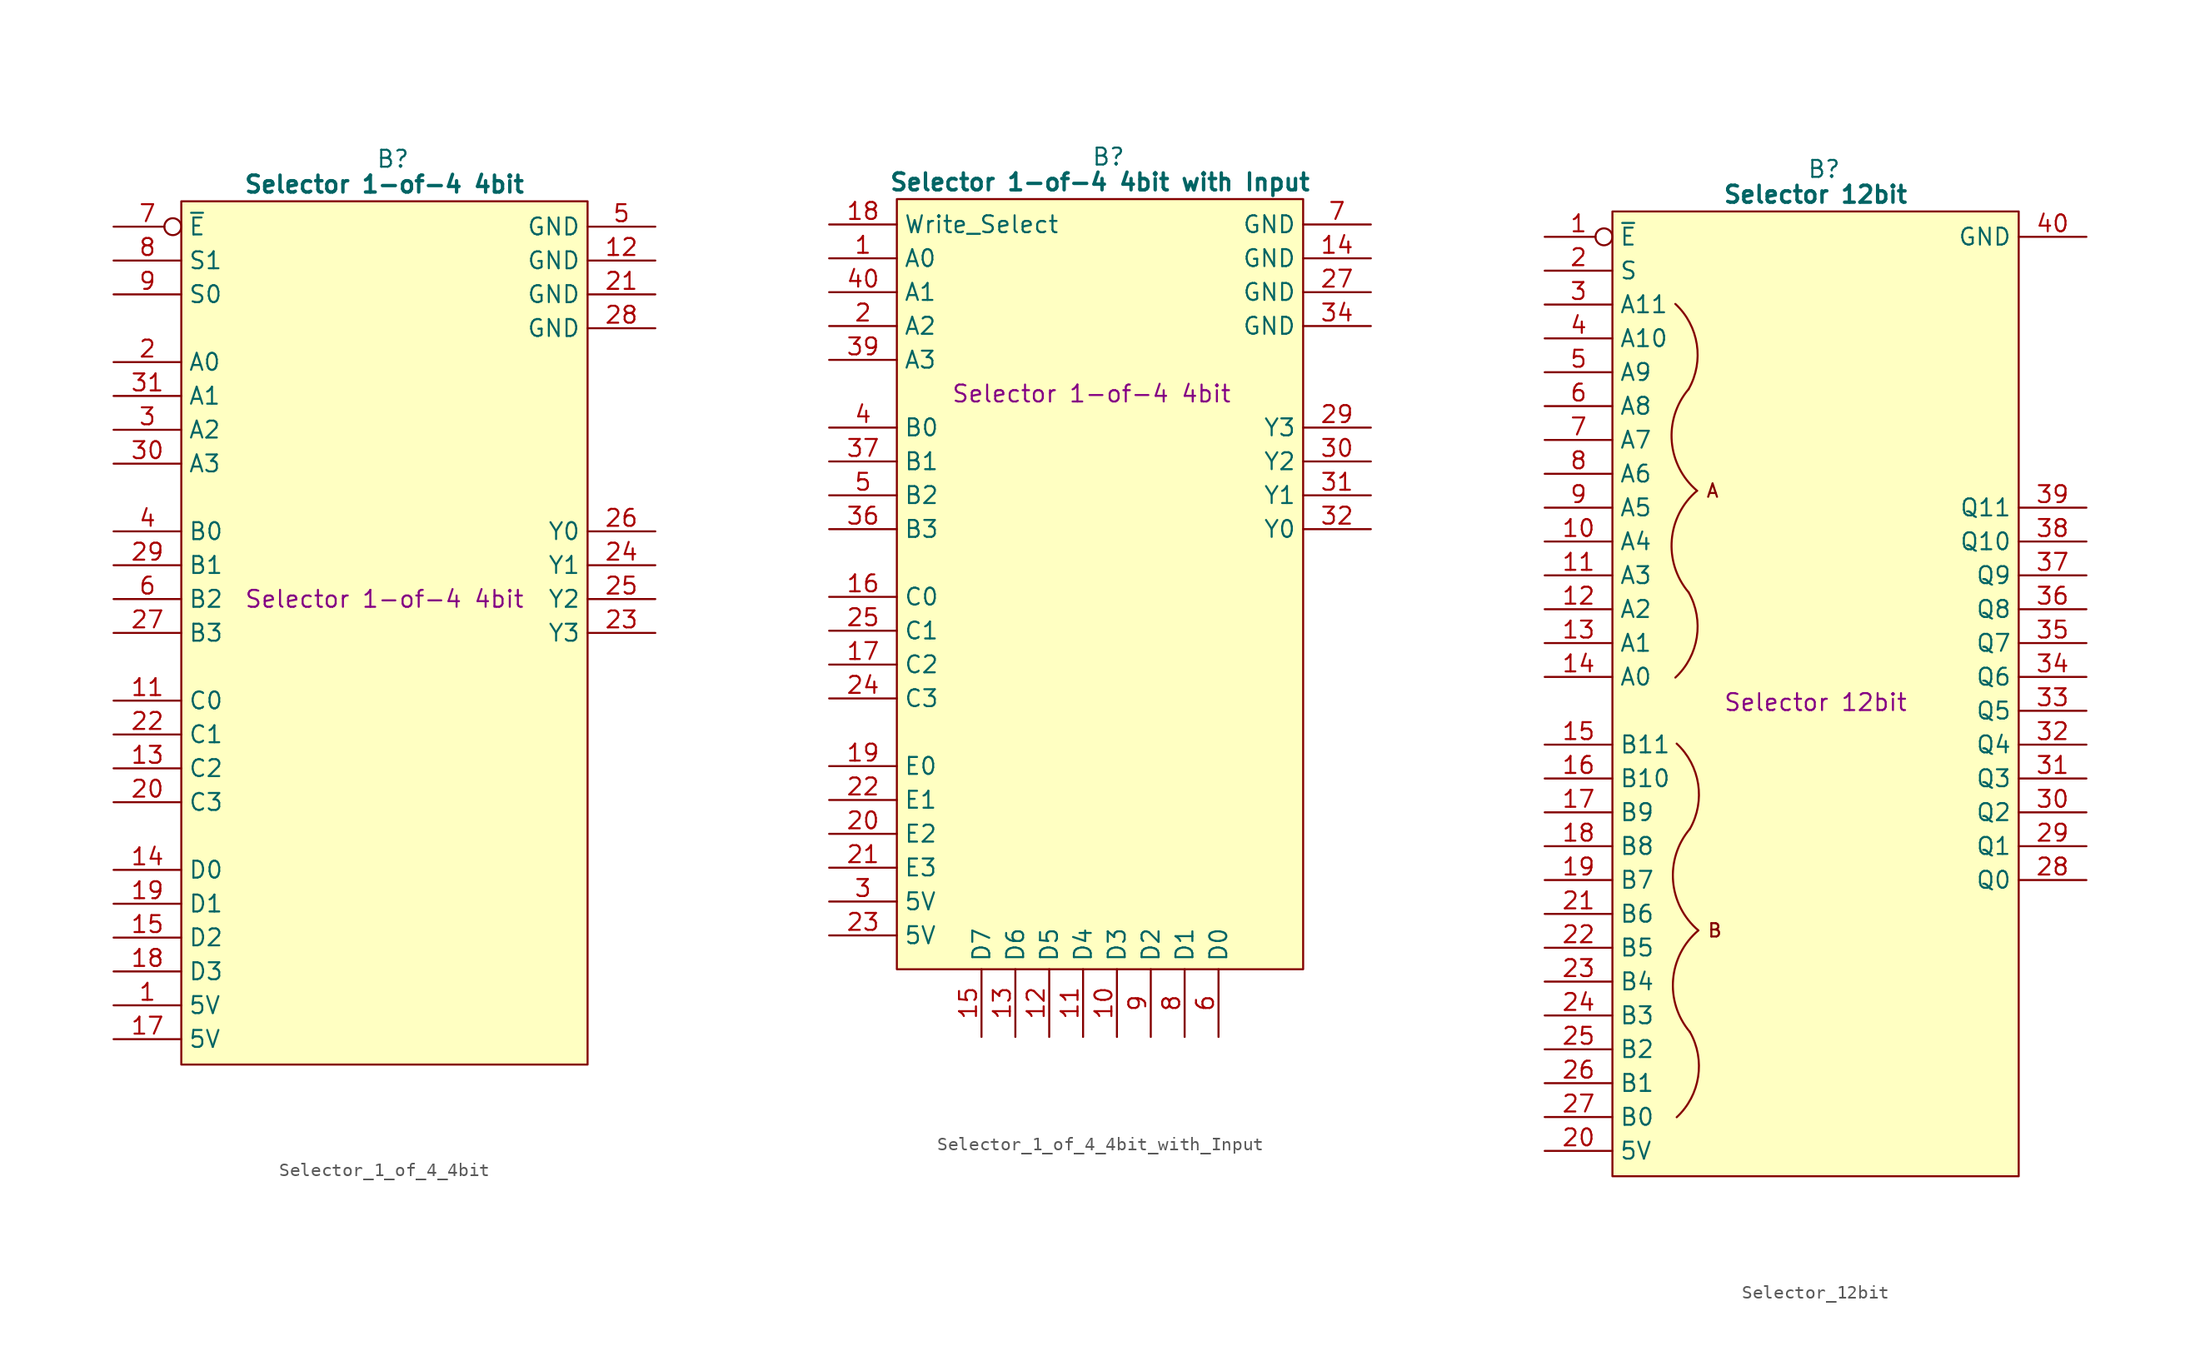
<source format=kicad_sym>
(kicad_symbol_lib
  (version 20241209)
  (generator "kicad_symbol_editor")
  (generator_version "9.0")
  (symbol "Selector_1_of_4_4bit"
    (property "Reference" "B"
      (at 15.875 5.08 0)
      (effects (font (size 1.27 1.27))))
    (property "Value" "Selector 1-of-4 4bit"
      (at 15.24 3.175 0)
      (effects (font (size 1.27 1.27) (bold yes))))
    (property "Description" "Selector 1-of-4 4bit"
      (at 15.24 -27.94 0)
      (effects (font (size 1.27 1.27))))
    (symbol "Selector_1_of_4_4bit_0_1"
      (polyline (pts (xy 0 1.905) (xy 30.48 1.905) (xy 30.48 -62.865) (xy 0 -62.865) (xy 0 1.905)) (stroke (width 0.152) (type default)) (fill (type background))))
    (symbol "Selector_1_of_4_4bit_1_0"
      (pin no_connect line (at 35.56 -60.96 180) (length 5.08) (hide yes) (name "N.C." (effects (font (size 1.27 1.27)))) (number "32" (effects (font (size 1.27 1.27))))))
    (symbol "Selector_1_of_4_4bit_1_1"
      (pin input inverted (at -5.08 0 0) (length 5.08) (name "~{E}" (effects (font (size 1.27 1.27)))) (number "7" (effects (font (size 1.27 1.27)))))
      (pin input line (at -5.08 -2.54 0) (length 5.08) (name "S1" (effects (font (size 1.27 1.27)))) (number "8" (effects (font (size 1.27 1.27)))))
      (pin input line (at -5.08 -5.08 0) (length 5.08) (name "S0" (effects (font (size 1.27 1.27)))) (number "9" (effects (font (size 1.27 1.27)))))
      (pin input line (at -5.08 -10.16 0) (length 5.08) (name "A0" (effects (font (size 1.27 1.27)))) (number "2" (effects (font (size 1.27 1.27)))))
      (pin input line (at -5.08 -12.7 0) (length 5.08) (name "A1" (effects (font (size 1.27 1.27)))) (number "31" (effects (font (size 1.27 1.27)))))
      (pin input line (at -5.08 -15.24 0) (length 5.08) (name "A2" (effects (font (size 1.27 1.27)))) (number "3" (effects (font (size 1.27 1.27)))))
      (pin input line (at -5.08 -17.78 0) (length 5.08) (name "A3" (effects (font (size 1.27 1.27)))) (number "30" (effects (font (size 1.27 1.27)))))
      (pin input line (at -5.08 -22.86 0) (length 5.08) (name "B0" (effects (font (size 1.27 1.27)))) (number "4" (effects (font (size 1.27 1.27)))))
      (pin input line (at -5.08 -25.4 0) (length 5.08) (name "B1" (effects (font (size 1.27 1.27)))) (number "29" (effects (font (size 1.27 1.27)))))
      (pin input line (at -5.08 -27.94 0) (length 5.08) (name "B2" (effects (font (size 1.27 1.27)))) (number "6" (effects (font (size 1.27 1.27)))))
      (pin input line (at -5.08 -30.48 0) (length 5.08) (name "B3" (effects (font (size 1.27 1.27)))) (number "27" (effects (font (size 1.27 1.27)))))
      (pin input line (at -5.08 -35.56 0) (length 5.08) (name "C0" (effects (font (size 1.27 1.27)))) (number "11" (effects (font (size 1.27 1.27)))))
      (pin input line (at -5.08 -38.1 0) (length 5.08) (name "C1" (effects (font (size 1.27 1.27)))) (number "22" (effects (font (size 1.27 1.27)))))
      (pin input line (at -5.08 -40.64 0) (length 5.08) (name "C2" (effects (font (size 1.27 1.27)))) (number "13" (effects (font (size 1.27 1.27)))))
      (pin input line (at -5.08 -43.18 0) (length 5.08) (name "C3" (effects (font (size 1.27 1.27)))) (number "20" (effects (font (size 1.27 1.27)))))
      (pin input line (at -5.08 -48.26 0) (length 5.08) (name "D0" (effects (font (size 1.27 1.27)))) (number "14" (effects (font (size 1.27 1.27)))))
      (pin input line (at -5.08 -50.8 0) (length 5.08) (name "D1" (effects (font (size 1.27 1.27)))) (number "19" (effects (font (size 1.27 1.27)))))
      (pin input line (at -5.08 -53.34 0) (length 5.08) (name "D2" (effects (font (size 1.27 1.27)))) (number "15" (effects (font (size 1.27 1.27)))))
      (pin input line (at -5.08 -55.88 0) (length 5.08) (name "D3" (effects (font (size 1.27 1.27)))) (number "18" (effects (font (size 1.27 1.27)))))
      (pin passive line (at -5.08 -58.42 0) (length 5.08) (name "5V" (effects (font (size 1.27 1.27)))) (number "1" (effects (font (size 1.27 1.27)))))
      (pin passive line (at -5.08 -60.96 0) (length 5.08) (name "5V" (effects (font (size 1.27 1.27)))) (number "17" (effects (font (size 1.27 1.27)))))
      (pin passive line (at 35.56 0 180) (length 5.08) (name "GND" (effects (font (size 1.27 1.27)))) (number "5" (effects (font (size 1.27 1.27)))))
      (pin passive line (at 35.56 -2.54 180) (length 5.08) (name "GND" (effects (font (size 1.27 1.27)))) (number "12" (effects (font (size 1.27 1.27)))))
      (pin passive line (at 35.56 -5.08 180) (length 5.08) (name "GND" (effects (font (size 1.27 1.27)))) (number "21" (effects (font (size 1.27 1.27)))))
      (pin passive line (at 35.56 -7.62 180) (length 5.08) (name "GND" (effects (font (size 1.27 1.27)))) (number "28" (effects (font (size 1.27 1.27)))))
      (pin output line (at 35.56 -22.86 180) (length 5.08) (name "Y0" (effects (font (size 1.27 1.27)))) (number "26" (effects (font (size 1.27 1.27)))))
      (pin output line (at 35.56 -25.4 180) (length 5.08) (name "Y1" (effects (font (size 1.27 1.27)))) (number "24" (effects (font (size 1.27 1.27)))))
      (pin output line (at 35.56 -27.94 180) (length 5.08) (name "Y2" (effects (font (size 1.27 1.27)))) (number "25" (effects (font (size 1.27 1.27)))))
      (pin output line (at 35.56 -30.48 180) (length 5.08) (name "Y3" (effects (font (size 1.27 1.27)))) (number "23" (effects (font (size 1.27 1.27)))))
      (pin no_connect line (at 35.56 -55.88 180) (length 5.08) (hide yes) (name "N.C." (effects (font (size 1.27 1.27)))) (number "10" (effects (font (size 1.27 1.27)))))
      (pin no_connect line (at 35.56 -58.42 180) (length 5.08) (hide yes) (name "N.C." (effects (font (size 1.27 1.27)))) (number "16" (effects (font (size 1.27 1.27)))))))
  (symbol "Selector_1_of_4_4bit_with_Input"
    (property "Reference" "B"
      (at 15.875 5.08 0)
      (effects (font (size 1.27 1.27))))
    (property "Value" "Selector 1-of-4 4bit with Input"
      (at 15.24 3.175 0)
      (effects (font (size 1.27 1.27) (bold yes))))
    (property "Description" "Selector 1-of-4 4bit"
      (at 14.605 -12.7 0)
      (effects (font (size 1.27 1.27))))
    (symbol "Selector_1_of_4_4bit_with_Input_0_1"
      (polyline (pts (xy 0 1.905) (xy 30.48 1.905) (xy 30.48 -55.88) (xy 0 -55.88) (xy 0 1.905)) (stroke (width 0.152) (type default)) (fill (type background))))
    (symbol "Selector_1_of_4_4bit_with_Input_1_0"
      (pin input line (at -5.08 -10.16 0) (length 5.08) (name "A3" (effects (font (size 1.27 1.27)))) (number "39" (effects (font (size 1.27 1.27)))))
      (pin input line (at -5.08 -17.78 0) (length 5.08) (name "B1" (effects (font (size 1.27 1.27)))) (number "37" (effects (font (size 1.27 1.27)))))
      (pin input line (at -5.08 -22.86 0) (length 5.08) (name "B3" (effects (font (size 1.27 1.27)))) (number "36" (effects (font (size 1.27 1.27)))))
      (pin passive line (at 35.56 -7.62 180) (length 5.08) (name "GND" (effects (font (size 1.27 1.27)))) (number "34" (effects (font (size 1.27 1.27)))))
      (pin output line (at 35.56 -22.86 180) (length 5.08) (name "Y0" (effects (font (size 1.27 1.27)))) (number "32" (effects (font (size 1.27 1.27)))))
      (pin no_connect line (at 35.56 -48.26 180) (length 5.08) (hide yes) (name "N.C." (effects (font (size 1.27 1.27)))) (number "33" (effects (font (size 1.27 1.27)))))
      (pin no_connect line (at 35.56 -50.8 180) (length 5.08) (hide yes) (name "N.C." (effects (font (size 1.27 1.27)))) (number "35" (effects (font (size 1.27 1.27)))))
      (pin no_connect line (at 35.56 -53.34 180) (length 5.08) (hide yes) (name "N.C." (effects (font (size 1.27 1.27)))) (number "38" (effects (font (size 1.27 1.27))))))
    (symbol "Selector_1_of_4_4bit_with_Input_1_1"
      (pin input line (at -5.08 0 0) (length 5.08) (name "Write_Select" (effects (font (size 1.27 1.27)))) (number "18" (effects (font (size 1.27 1.27)))))
      (pin input line (at -5.08 -2.54 0) (length 5.08) (name "A0" (effects (font (size 1.27 1.27)))) (number "1" (effects (font (size 1.27 1.27)))))
      (pin input line (at -5.08 -5.08 0) (length 5.08) (name "A1" (effects (font (size 1.27 1.27)))) (number "40" (effects (font (size 1.27 1.27)))))
      (pin input line (at -5.08 -7.62 0) (length 5.08) (name "A2" (effects (font (size 1.27 1.27)))) (number "2" (effects (font (size 1.27 1.27)))))
      (pin input line (at -5.08 -15.24 0) (length 5.08) (name "B0" (effects (font (size 1.27 1.27)))) (number "4" (effects (font (size 1.27 1.27)))))
      (pin input line (at -5.08 -20.32 0) (length 5.08) (name "B2" (effects (font (size 1.27 1.27)))) (number "5" (effects (font (size 1.27 1.27)))))
      (pin input line (at -5.08 -27.94 0) (length 5.08) (name "C0" (effects (font (size 1.27 1.27)))) (number "16" (effects (font (size 1.27 1.27)))))
      (pin input line (at -5.08 -30.48 0) (length 5.08) (name "C1" (effects (font (size 1.27 1.27)))) (number "25" (effects (font (size 1.27 1.27)))))
      (pin input line (at -5.08 -33.02 0) (length 5.08) (name "C2" (effects (font (size 1.27 1.27)))) (number "17" (effects (font (size 1.27 1.27)))))
      (pin input line (at -5.08 -35.56 0) (length 5.08) (name "C3" (effects (font (size 1.27 1.27)))) (number "24" (effects (font (size 1.27 1.27)))))
      (pin input line (at -5.08 -40.64 0) (length 5.08) (name "E0" (effects (font (size 1.27 1.27)))) (number "19" (effects (font (size 1.27 1.27)))))
      (pin input line (at -5.08 -43.18 0) (length 5.08) (name "E1" (effects (font (size 1.27 1.27)))) (number "22" (effects (font (size 1.27 1.27)))))
      (pin input line (at -5.08 -45.72 0) (length 5.08) (name "E2" (effects (font (size 1.27 1.27)))) (number "20" (effects (font (size 1.27 1.27)))))
      (pin input line (at -5.08 -48.26 0) (length 5.08) (name "E3" (effects (font (size 1.27 1.27)))) (number "21" (effects (font (size 1.27 1.27)))))
      (pin passive line (at -5.08 -50.8 0) (length 5.08) (name "5V" (effects (font (size 1.27 1.27)))) (number "3" (effects (font (size 1.27 1.27)))))
      (pin passive line (at -5.08 -53.34 0) (length 5.08) (name "5V" (effects (font (size 1.27 1.27)))) (number "23" (effects (font (size 1.27 1.27)))))
      (pin tri_state line (at 6.35 -60.96 90) (length 5.08) (name "D7" (effects (font (size 1.27 1.27)))) (number "15" (effects (font (size 1.27 1.27)))))
      (pin tri_state line (at 8.89 -60.96 90) (length 5.08) (name "D6" (effects (font (size 1.27 1.27)))) (number "13" (effects (font (size 1.27 1.27)))))
      (pin tri_state line (at 11.43 -60.96 90) (length 5.08) (name "D5" (effects (font (size 1.27 1.27)))) (number "12" (effects (font (size 1.27 1.27)))))
      (pin tri_state line (at 13.97 -60.96 90) (length 5.08) (name "D4" (effects (font (size 1.27 1.27)))) (number "11" (effects (font (size 1.27 1.27)))))
      (pin tri_state line (at 16.51 -60.96 90) (length 5.08) (name "D3" (effects (font (size 1.27 1.27)))) (number "10" (effects (font (size 1.27 1.27)))))
      (pin tri_state line (at 19.05 -60.96 90) (length 5.08) (name "D2" (effects (font (size 1.27 1.27)))) (number "9" (effects (font (size 1.27 1.27)))))
      (pin tri_state line (at 21.59 -60.96 90) (length 5.08) (name "D1" (effects (font (size 1.27 1.27)))) (number "8" (effects (font (size 1.27 1.27)))))
      (pin tri_state line (at 24.13 -60.96 90) (length 5.08) (name "D0" (effects (font (size 1.27 1.27)))) (number "6" (effects (font (size 1.27 1.27)))))
      (pin passive line (at 35.56 0 180) (length 5.08) (name "GND" (effects (font (size 1.27 1.27)))) (number "7" (effects (font (size 1.27 1.27)))))
      (pin passive line (at 35.56 -2.54 180) (length 5.08) (name "GND" (effects (font (size 1.27 1.27)))) (number "14" (effects (font (size 1.27 1.27)))))
      (pin passive line (at 35.56 -5.08 180) (length 5.08) (name "GND" (effects (font (size 1.27 1.27)))) (number "27" (effects (font (size 1.27 1.27)))))
      (pin output line (at 35.56 -15.24 180) (length 5.08) (name "Y3" (effects (font (size 1.27 1.27)))) (number "29" (effects (font (size 1.27 1.27)))))
      (pin output line (at 35.56 -17.78 180) (length 5.08) (name "Y2" (effects (font (size 1.27 1.27)))) (number "30" (effects (font (size 1.27 1.27)))))
      (pin output line (at 35.56 -20.32 180) (length 5.08) (name "Y1" (effects (font (size 1.27 1.27)))) (number "31" (effects (font (size 1.27 1.27)))))
      (pin no_connect line (at 35.56 -43.18 180) (length 5.08) (hide yes) (name "N.C." (effects (font (size 1.27 1.27)))) (number "26" (effects (font (size 1.27 1.27)))))
      (pin no_connect line (at 35.56 -45.72 180) (length 5.08) (hide yes) (name "N.C." (effects (font (size 1.27 1.27)))) (number "28" (effects (font (size 1.27 1.27)))))))
  (symbol "Selector_12bit"
    (property "Reference" "B"
      (at 15.875 5.08 0)
      (effects (font (size 1.27 1.27))))
    (property "Value" "Selector 12bit"
      (at 15.24 3.175 0)
      (effects (font (size 1.27 1.27) (bold yes))))
    (property "Description" "Selector 12bit"
      (at 15.24 -34.925 0)
      (effects (font (size 1.27 1.27))))
    (symbol "Selector_12bit_0_1"
      (polyline (pts (xy 0 1.905) (xy 30.48 1.905) (xy 30.48 -70.485) (xy 0 -70.485) (xy 0 1.905)) (stroke (width 0.152) (type default)) (fill (type background))))
    (symbol "Selector_12bit_1_0"
      (pin tri_state line (at 35.56 -20.32 180) (length 5.08) (name "Q11" (effects (font (size 1.27 1.27)))) (number "39" (effects (font (size 1.27 1.27)))))
      (pin tri_state line (at 35.56 -22.86 180) (length 5.08) (name "Q10" (effects (font (size 1.27 1.27)))) (number "38" (effects (font (size 1.27 1.27)))))
      (pin tri_state line (at 35.56 -25.4 180) (length 5.08) (name "Q9" (effects (font (size 1.27 1.27)))) (number "37" (effects (font (size 1.27 1.27)))))
      (pin tri_state line (at 35.56 -27.94 180) (length 5.08) (name "Q8" (effects (font (size 1.27 1.27)))) (number "36" (effects (font (size 1.27 1.27)))))
      (pin tri_state line (at 35.56 -30.48 180) (length 5.08) (name "Q7" (effects (font (size 1.27 1.27)))) (number "35" (effects (font (size 1.27 1.27)))))
      (pin tri_state line (at 35.56 -33.02 180) (length 5.08) (name "Q6" (effects (font (size 1.27 1.27)))) (number "34" (effects (font (size 1.27 1.27)))))
      (pin tri_state line (at 35.56 -35.56 180) (length 5.08) (name "Q5" (effects (font (size 1.27 1.27)))) (number "33" (effects (font (size 1.27 1.27)))))
      (pin tri_state line (at 35.56 -38.1 180) (length 5.08) (name "Q4" (effects (font (size 1.27 1.27)))) (number "32" (effects (font (size 1.27 1.27))))))
    (symbol "Selector_12bit_1_1"
      (arc (start 5.715 -26.67) (mid 6.3302 -30.0417) (end 4.722 -33.0684) (stroke (width 0) (type default)) (fill (type none)))
      (arc (start 4.7187 -5.0323) (mid 6.3304 -8.0577) (end 5.715 -11.43) (stroke (width 0) (type default)) (fill (type none)))
      (arc (start 5.814 -59.659) (mid 6.4292 -63.0307) (end 4.821 -66.0574) (stroke (width 0) (type default)) (fill (type none)))
      (arc (start 4.8177 -38.0213) (mid 6.4294 -41.0467) (end 5.814 -44.419) (stroke (width 0) (type default)) (fill (type none)))
      (arc (start 5.715 -26.67) (mid 4.4543 -22.7285) (end 6.35 -19.05) (stroke (width 0) (type default)) (fill (type none)))
      (arc (start 6.35 -19.05) (mid 4.4544 -15.3715) (end 5.715 -11.43) (stroke (width 0) (type default)) (fill (type none)))
      (arc (start 5.814 -59.659) (mid 4.5533 -55.7175) (end 6.449 -52.039) (stroke (width 0) (type default)) (fill (type none)))
      (arc (start 6.449 -52.039) (mid 4.5534 -48.3605) (end 5.814 -44.419) (stroke (width 0) (type default)) (fill (type none)))
      (text "A" (at 6.985 -19.05 0) (effects (font (size 1 1)) (justify left)))
      (text "B" (at 7.084 -52.039 0) (effects (font (size 1 1)) (justify left)))
      (pin input inverted (at -5.08 0 0) (length 5.08) (name "~{E}" (effects (font (size 1.27 1.27)))) (number "1" (effects (font (size 1.27 1.27)))))
      (pin input line (at -5.08 -2.54 0) (length 5.08) (name "S" (effects (font (size 1.27 1.27)))) (number "2" (effects (font (size 1.27 1.27)))))
      (pin input line (at -5.08 -5.08 0) (length 5.08) (name "A11" (effects (font (size 1.27 1.27)))) (number "3" (effects (font (size 1.27 1.27)))))
      (pin input line (at -5.08 -7.62 0) (length 5.08) (name "A10" (effects (font (size 1.27 1.27)))) (number "4" (effects (font (size 1.27 1.27)))))
      (pin input line (at -5.08 -10.16 0) (length 5.08) (name "A9" (effects (font (size 1.27 1.27)))) (number "5" (effects (font (size 1.27 1.27)))))
      (pin input line (at -5.08 -12.7 0) (length 5.08) (name "A8" (effects (font (size 1.27 1.27)))) (number "6" (effects (font (size 1.27 1.27)))))
      (pin input line (at -5.08 -15.24 0) (length 5.08) (name "A7" (effects (font (size 1.27 1.27)))) (number "7" (effects (font (size 1.27 1.27)))))
      (pin input line (at -5.08 -17.78 0) (length 5.08) (name "A6" (effects (font (size 1.27 1.27)))) (number "8" (effects (font (size 1.27 1.27)))))
      (pin input line (at -5.08 -20.32 0) (length 5.08) (name "A5" (effects (font (size 1.27 1.27)))) (number "9" (effects (font (size 1.27 1.27)))))
      (pin input line (at -5.08 -22.86 0) (length 5.08) (name "A4" (effects (font (size 1.27 1.27)))) (number "10" (effects (font (size 1.27 1.27)))))
      (pin input line (at -5.08 -25.4 0) (length 5.08) (name "A3" (effects (font (size 1.27 1.27)))) (number "11" (effects (font (size 1.27 1.27)))))
      (pin input line (at -5.08 -27.94 0) (length 5.08) (name "A2" (effects (font (size 1.27 1.27)))) (number "12" (effects (font (size 1.27 1.27)))))
      (pin input line (at -5.08 -30.48 0) (length 5.08) (name "A1" (effects (font (size 1.27 1.27)))) (number "13" (effects (font (size 1.27 1.27)))))
      (pin input line (at -5.08 -33.02 0) (length 5.08) (name "A0" (effects (font (size 1.27 1.27)))) (number "14" (effects (font (size 1.27 1.27)))))
      (pin input line (at -5.08 -38.1 0) (length 5.08) (name "B11" (effects (font (size 1.27 1.27)))) (number "15" (effects (font (size 1.27 1.27)))))
      (pin input line (at -5.08 -40.64 0) (length 5.08) (name "B10" (effects (font (size 1.27 1.27)))) (number "16" (effects (font (size 1.27 1.27)))))
      (pin input line (at -5.08 -43.18 0) (length 5.08) (name "B9" (effects (font (size 1.27 1.27)))) (number "17" (effects (font (size 1.27 1.27)))))
      (pin input line (at -5.08 -45.72 0) (length 5.08) (name "B8" (effects (font (size 1.27 1.27)))) (number "18" (effects (font (size 1.27 1.27)))))
      (pin input line (at -5.08 -48.26 0) (length 5.08) (name "B7" (effects (font (size 1.27 1.27)))) (number "19" (effects (font (size 1.27 1.27)))))
      (pin input line (at -5.08 -50.8 0) (length 5.08) (name "B6" (effects (font (size 1.27 1.27)))) (number "21" (effects (font (size 1.27 1.27)))))
      (pin input line (at -5.08 -53.34 0) (length 5.08) (name "B5" (effects (font (size 1.27 1.27)))) (number "22" (effects (font (size 1.27 1.27)))))
      (pin input line (at -5.08 -55.88 0) (length 5.08) (name "B4" (effects (font (size 1.27 1.27)))) (number "23" (effects (font (size 1.27 1.27)))))
      (pin input line (at -5.08 -58.42 0) (length 5.08) (name "B3" (effects (font (size 1.27 1.27)))) (number "24" (effects (font (size 1.27 1.27)))))
      (pin input line (at -5.08 -60.96 0) (length 5.08) (name "B2" (effects (font (size 1.27 1.27)))) (number "25" (effects (font (size 1.27 1.27)))))
      (pin input line (at -5.08 -63.5 0) (length 5.08) (name "B1" (effects (font (size 1.27 1.27)))) (number "26" (effects (font (size 1.27 1.27)))))
      (pin input line (at -5.08 -66.04 0) (length 5.08) (name "B0" (effects (font (size 1.27 1.27)))) (number "27" (effects (font (size 1.27 1.27)))))
      (pin passive line (at -5.08 -68.58 0) (length 5.08) (name "5V" (effects (font (size 1.27 1.27)))) (number "20" (effects (font (size 1.27 1.27)))))
      (pin passive line (at 35.56 0 180) (length 5.08) (name "GND" (effects (font (size 1.27 1.27)))) (number "40" (effects (font (size 1.27 1.27)))))
      (pin tri_state line (at 35.56 -40.64 180) (length 5.08) (name "Q3" (effects (font (size 1.27 1.27)))) (number "31" (effects (font (size 1.27 1.27)))))
      (pin tri_state line (at 35.56 -43.18 180) (length 5.08) (name "Q2" (effects (font (size 1.27 1.27)))) (number "30" (effects (font (size 1.27 1.27)))))
      (pin tri_state line (at 35.56 -45.72 180) (length 5.08) (name "Q1" (effects (font (size 1.27 1.27)))) (number "29" (effects (font (size 1.27 1.27)))))
      (pin tri_state line (at 35.56 -48.26 180) (length 5.08) (name "Q0" (effects (font (size 1.27 1.27)))) (number "28" (effects (font (size 1.27 1.27))))))))
</source>
